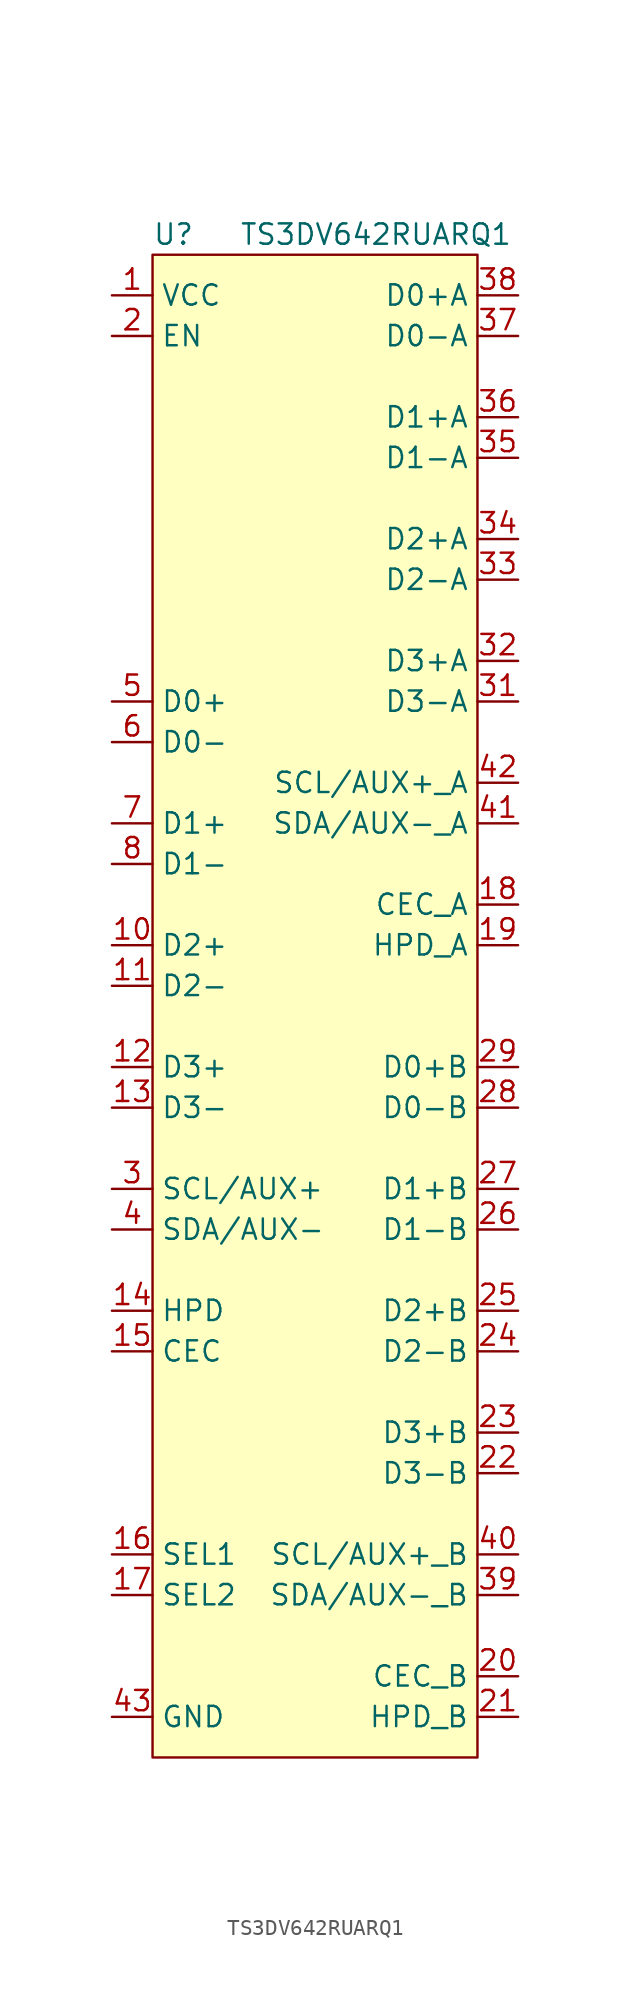
<source format=kicad_sym>
(kicad_symbol_lib
  (version 20220914)
  (generator kicad_symbol_editor)
  (symbol "TS3DV642RUARQ1"
    (property "Reference" "U"
      (at -10.16 46.99 0)
      (effects (font (size 1.27 1.27)) (justify left)))
    (property "Value" "TS3DV642RUARQ1"
      (at 3.81 46.99 0)
      (effects (font (size 1.27 1.27))))
    (symbol "TS3DV642RUARQ1_0_0"
      (pin unspecified line (at -12.7 43.18 0) (length 2.54) (name "VCC" (effects (font (size 1.27 1.27)))) (number "1" (effects (font (size 1.27 1.27)))))
      (pin unspecified line (at -12.7 2.54 0) (length 2.54) (name "D2+" (effects (font (size 1.27 1.27)))) (number "10" (effects (font (size 1.27 1.27)))))
      (pin unspecified line (at -12.7 0 0) (length 2.54) (name "D2-" (effects (font (size 1.27 1.27)))) (number "11" (effects (font (size 1.27 1.27)))))
      (pin unspecified line (at -12.7 -5.08 0) (length 2.54) (name "D3+" (effects (font (size 1.27 1.27)))) (number "12" (effects (font (size 1.27 1.27)))))
      (pin unspecified line (at -12.7 -7.62 0) (length 2.54) (name "D3-" (effects (font (size 1.27 1.27)))) (number "13" (effects (font (size 1.27 1.27)))))
      (pin unspecified line (at -12.7 -20.32 0) (length 2.54) (name "HPD" (effects (font (size 1.27 1.27)))) (number "14" (effects (font (size 1.27 1.27)))))
      (pin unspecified line (at -12.7 -22.86 0) (length 2.54) (name "CEC" (effects (font (size 1.27 1.27)))) (number "15" (effects (font (size 1.27 1.27)))))
      (pin unspecified line (at -12.7 -35.56 0) (length 2.54) (name "SEL1" (effects (font (size 1.27 1.27)))) (number "16" (effects (font (size 1.27 1.27)))))
      (pin unspecified line (at -12.7 -38.1 0) (length 2.54) (name "SEL2" (effects (font (size 1.27 1.27)))) (number "17" (effects (font (size 1.27 1.27)))))
      (pin unspecified line (at 12.7 5.08 180) (length 2.54) (name "CEC_A" (effects (font (size 1.27 1.27)))) (number "18" (effects (font (size 1.27 1.27)))))
      (pin unspecified line (at 12.7 2.54 180) (length 2.54) (name "HPD_A" (effects (font (size 1.27 1.27)))) (number "19" (effects (font (size 1.27 1.27)))))
      (pin unspecified line (at -12.7 40.64 0) (length 2.54) (name "EN" (effects (font (size 1.27 1.27)))) (number "2" (effects (font (size 1.27 1.27)))))
      (pin unspecified line (at 12.7 -43.18 180) (length 2.54) (name "CEC_B" (effects (font (size 1.27 1.27)))) (number "20" (effects (font (size 1.27 1.27)))))
      (pin unspecified line (at 12.7 -45.72 180) (length 2.54) (name "HPD_B" (effects (font (size 1.27 1.27)))) (number "21" (effects (font (size 1.27 1.27)))))
      (pin unspecified line (at 12.7 -30.48 180) (length 2.54) (name "D3-B" (effects (font (size 1.27 1.27)))) (number "22" (effects (font (size 1.27 1.27)))))
      (pin unspecified line (at 12.7 -27.94 180) (length 2.54) (name "D3+B" (effects (font (size 1.27 1.27)))) (number "23" (effects (font (size 1.27 1.27)))))
      (pin unspecified line (at 12.7 -22.86 180) (length 2.54) (name "D2-B" (effects (font (size 1.27 1.27)))) (number "24" (effects (font (size 1.27 1.27)))))
      (pin unspecified line (at 12.7 -20.32 180) (length 2.54) (name "D2+B" (effects (font (size 1.27 1.27)))) (number "25" (effects (font (size 1.27 1.27)))))
      (pin unspecified line (at 12.7 -15.24 180) (length 2.54) (name "D1-B" (effects (font (size 1.27 1.27)))) (number "26" (effects (font (size 1.27 1.27)))))
      (pin unspecified line (at 12.7 -12.7 180) (length 2.54) (name "D1+B" (effects (font (size 1.27 1.27)))) (number "27" (effects (font (size 1.27 1.27)))))
      (pin unspecified line (at 12.7 -7.62 180) (length 2.54) (name "D0-B" (effects (font (size 1.27 1.27)))) (number "28" (effects (font (size 1.27 1.27)))))
      (pin unspecified line (at 12.7 -5.08 180) (length 2.54) (name "D0+B" (effects (font (size 1.27 1.27)))) (number "29" (effects (font (size 1.27 1.27)))))
      (pin unspecified line (at -12.7 -12.7 0) (length 2.54) (name "SCL/AUX+" (effects (font (size 1.27 1.27)))) (number "3" (effects (font (size 1.27 1.27)))))
      (pin no_connect line (at -10.16 22.86 0) (length 2.54) hide (name "NC" (effects (font (size 1.27 1.27)))) (number "30" (effects (font (size 1.27 1.27)))))
      (pin unspecified line (at 12.7 17.78 180) (length 2.54) (name "D3-A" (effects (font (size 1.27 1.27)))) (number "31" (effects (font (size 1.27 1.27)))))
      (pin unspecified line (at 12.7 20.32 180) (length 2.54) (name "D3+A" (effects (font (size 1.27 1.27)))) (number "32" (effects (font (size 1.27 1.27)))))
      (pin unspecified line (at 12.7 25.4 180) (length 2.54) (name "D2-A" (effects (font (size 1.27 1.27)))) (number "33" (effects (font (size 1.27 1.27)))))
      (pin unspecified line (at 12.7 27.94 180) (length 2.54) (name "D2+A" (effects (font (size 1.27 1.27)))) (number "34" (effects (font (size 1.27 1.27)))))
      (pin unspecified line (at 12.7 33.02 180) (length 2.54) (name "D1-A" (effects (font (size 1.27 1.27)))) (number "35" (effects (font (size 1.27 1.27)))))
      (pin unspecified line (at 12.7 35.56 180) (length 2.54) (name "D1+A" (effects (font (size 1.27 1.27)))) (number "36" (effects (font (size 1.27 1.27)))))
      (pin unspecified line (at 12.7 40.64 180) (length 2.54) (name "D0-A" (effects (font (size 1.27 1.27)))) (number "37" (effects (font (size 1.27 1.27)))))
      (pin unspecified line (at 12.7 43.18 180) (length 2.54) (name "D0+A" (effects (font (size 1.27 1.27)))) (number "38" (effects (font (size 1.27 1.27)))))
      (pin unspecified line (at 12.7 -38.1 180) (length 2.54) (name "SDA/AUX-_B" (effects (font (size 1.27 1.27)))) (number "39" (effects (font (size 1.27 1.27)))))
      (pin unspecified line (at -12.7 -15.24 0) (length 2.54) (name "SDA/AUX-" (effects (font (size 1.27 1.27)))) (number "4" (effects (font (size 1.27 1.27)))))
      (pin unspecified line (at 12.7 -35.56 180) (length 2.54) (name "SCL/AUX+_B" (effects (font (size 1.27 1.27)))) (number "40" (effects (font (size 1.27 1.27)))))
      (pin unspecified line (at 12.7 10.16 180) (length 2.54) (name "SDA/AUX-_A" (effects (font (size 1.27 1.27)))) (number "41" (effects (font (size 1.27 1.27)))))
      (pin unspecified line (at 12.7 12.7 180) (length 2.54) (name "SCL/AUX+_A" (effects (font (size 1.27 1.27)))) (number "42" (effects (font (size 1.27 1.27)))))
      (pin unspecified line (at -12.7 -45.72 0) (length 2.54) (name "GND" (effects (font (size 1.27 1.27)))) (number "43" (effects (font (size 1.27 1.27)))))
      (pin unspecified line (at -12.7 17.78 0) (length 2.54) (name "D0+" (effects (font (size 1.27 1.27)))) (number "5" (effects (font (size 1.27 1.27)))))
      (pin unspecified line (at -12.7 15.24 0) (length 2.54) (name "D0-" (effects (font (size 1.27 1.27)))) (number "6" (effects (font (size 1.27 1.27)))))
      (pin unspecified line (at -12.7 10.16 0) (length 2.54) (name "D1+" (effects (font (size 1.27 1.27)))) (number "7" (effects (font (size 1.27 1.27)))))
      (pin unspecified line (at -12.7 7.62 0) (length 2.54) (name "D1-" (effects (font (size 1.27 1.27)))) (number "8" (effects (font (size 1.27 1.27)))))
      (pin no_connect line (at -10.16 25.4 0) (length 2.54) hide (name "NC" (effects (font (size 1.27 1.27)))) (number "9" (effects (font (size 1.27 1.27))))))
    (symbol "TS3DV642RUARQ1_0_1"
      (rectangle (start -10.16 45.72) (end 10.16 -48.26) (stroke (width 0.152) (type default)) (fill (type background))))))
</source>
